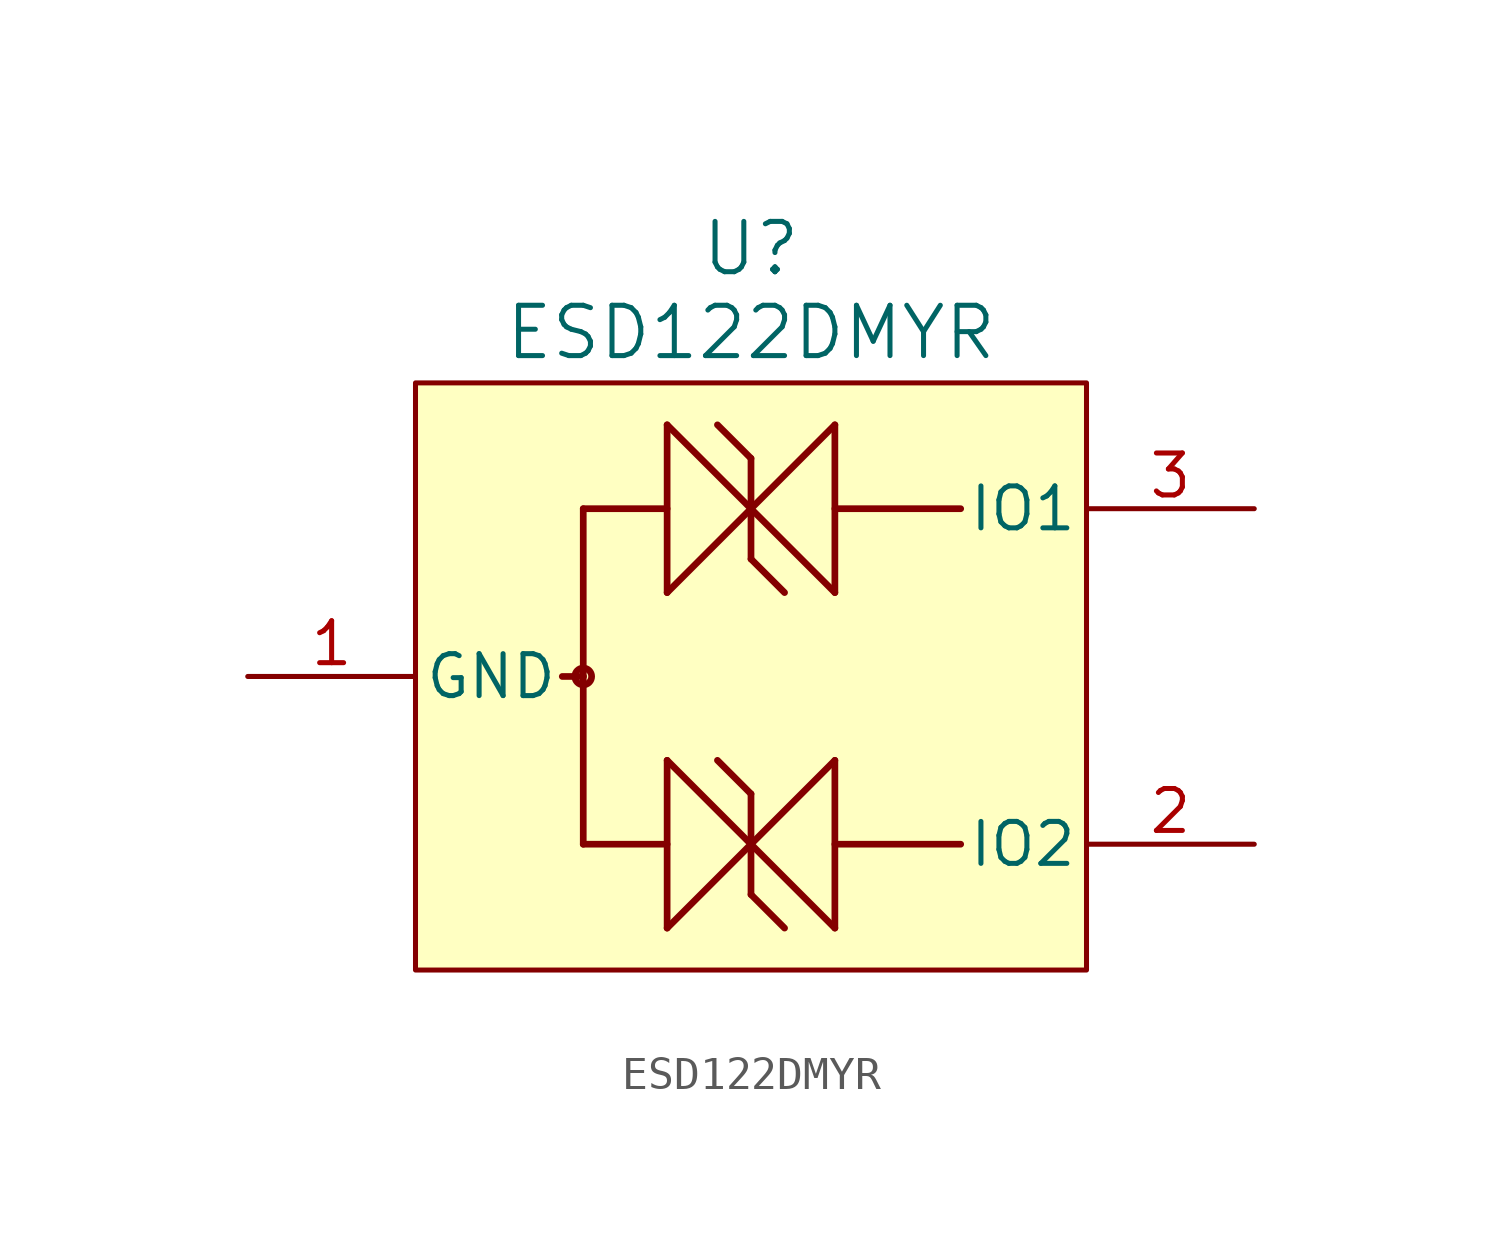
<source format=kicad_sym>
(kicad_symbol_lib
  (version 20231120)
  (generator "kicad_symbol_editor")
  (generator_version "8.0")
  (symbol "ESD122DMYR"
    (pin_names
      (offset 0.254))
    (property "Reference" "U"
      (at 0 12.954 0)
      (effects (font (size 1.524 1.524))))
    (property "Value" "ESD122DMYR"
      (at 0 10.414 0)
      (effects (font (size 1.524 1.524))))
    (property "ki_locked" ""
      (at 0 0 0)
      (effects (font (size 1.27 1.27))))
    (symbol "ESD122DMYR_0_1"
      (circle (center -5.08 0) (radius 0.254) (stroke (width 0.203) (type default)) (fill (type none)))
      (polyline (pts (xy -5.715 0) (xy -5.08 0)) (stroke (width 0.203) (type default)) (fill (type none)))
      (polyline (pts (xy -5.08 0) (xy -5.08 -5.08)) (stroke (width 0.203) (type default)) (fill (type none)))
      (polyline (pts (xy -5.08 5.08) (xy -5.08 0)) (stroke (width 0.203) (type default)) (fill (type none)))
      (polyline (pts (xy -2.54 -7.62) (xy 0 -5.08)) (stroke (width 0.203) (type default)) (fill (type none)))
      (polyline (pts (xy -2.54 -5.08) (xy -5.08 -5.08)) (stroke (width 0.203) (type default)) (fill (type none)))
      (polyline (pts (xy -2.54 -2.54) (xy -2.54 -7.62)) (stroke (width 0.203) (type default)) (fill (type none)))
      (polyline (pts (xy -2.54 2.54) (xy 0 5.08)) (stroke (width 0.203) (type default)) (fill (type none)))
      (polyline (pts (xy -2.54 5.08) (xy -5.08 5.08)) (stroke (width 0.203) (type default)) (fill (type none)))
      (polyline (pts (xy -2.54 7.62) (xy -2.54 2.54)) (stroke (width 0.203) (type default)) (fill (type none)))
      (polyline (pts (xy 0 -6.604) (xy 0 -3.556)) (stroke (width 0.203) (type default)) (fill (type none)))
      (polyline (pts (xy 0 -5.08) (xy -2.54 -2.54)) (stroke (width 0.203) (type default)) (fill (type none)))
      (polyline (pts (xy 0 -5.08) (xy 2.54 -2.54)) (stroke (width 0.203) (type default)) (fill (type none)))
      (polyline (pts (xy 0 -3.556) (xy -1.016 -2.54)) (stroke (width 0.203) (type default)) (fill (type none)))
      (polyline (pts (xy 0 3.556) (xy 0 6.604)) (stroke (width 0.203) (type default)) (fill (type none)))
      (polyline (pts (xy 0 5.08) (xy -2.54 7.62)) (stroke (width 0.203) (type default)) (fill (type none)))
      (polyline (pts (xy 0 5.08) (xy 2.54 7.62)) (stroke (width 0.203) (type default)) (fill (type none)))
      (polyline (pts (xy 0 6.604) (xy -1.016 7.62)) (stroke (width 0.203) (type default)) (fill (type none)))
      (polyline (pts (xy 1.016 -7.62) (xy 0 -6.604)) (stroke (width 0.203) (type default)) (fill (type none)))
      (polyline (pts (xy 1.016 2.54) (xy 0 3.556)) (stroke (width 0.203) (type default)) (fill (type none)))
      (polyline (pts (xy 2.54 -7.62) (xy 0 -5.08)) (stroke (width 0.203) (type default)) (fill (type none)))
      (polyline (pts (xy 2.54 -2.54) (xy 2.54 -7.62)) (stroke (width 0.203) (type default)) (fill (type none)))
      (polyline (pts (xy 2.54 2.54) (xy 0 5.08)) (stroke (width 0.203) (type default)) (fill (type none)))
      (polyline (pts (xy 2.54 7.62) (xy 2.54 2.54)) (stroke (width 0.203) (type default)) (fill (type none)))
      (polyline (pts (xy 6.35 -5.08) (xy 2.54 -5.08)) (stroke (width 0.203) (type default)) (fill (type none)))
      (polyline (pts (xy 6.35 5.08) (xy 2.54 5.08)) (stroke (width 0.203) (type default)) (fill (type none))))
    (symbol "ESD122DMYR_1_1"
      (rectangle (start -10.16 8.89) (end 10.16 -8.89) (stroke (width 0) (type default)) (fill (type background)))
      (pin passive line (at -15.24 0 0) (length 5.08) (name "GND" (effects (font (size 1.27 1.27)))) (number "1" (effects (font (size 1.27 1.27)))))
      (pin passive line (at 15.24 -5.08 180) (length 5.08) (name "IO2" (effects (font (size 1.27 1.27)))) (number "2" (effects (font (size 1.27 1.27)))))
      (pin passive line (at 15.24 5.08 180) (length 5.08) (name "IO1" (effects (font (size 1.27 1.27)))) (number "3" (effects (font (size 1.27 1.27))))))))
</source>
